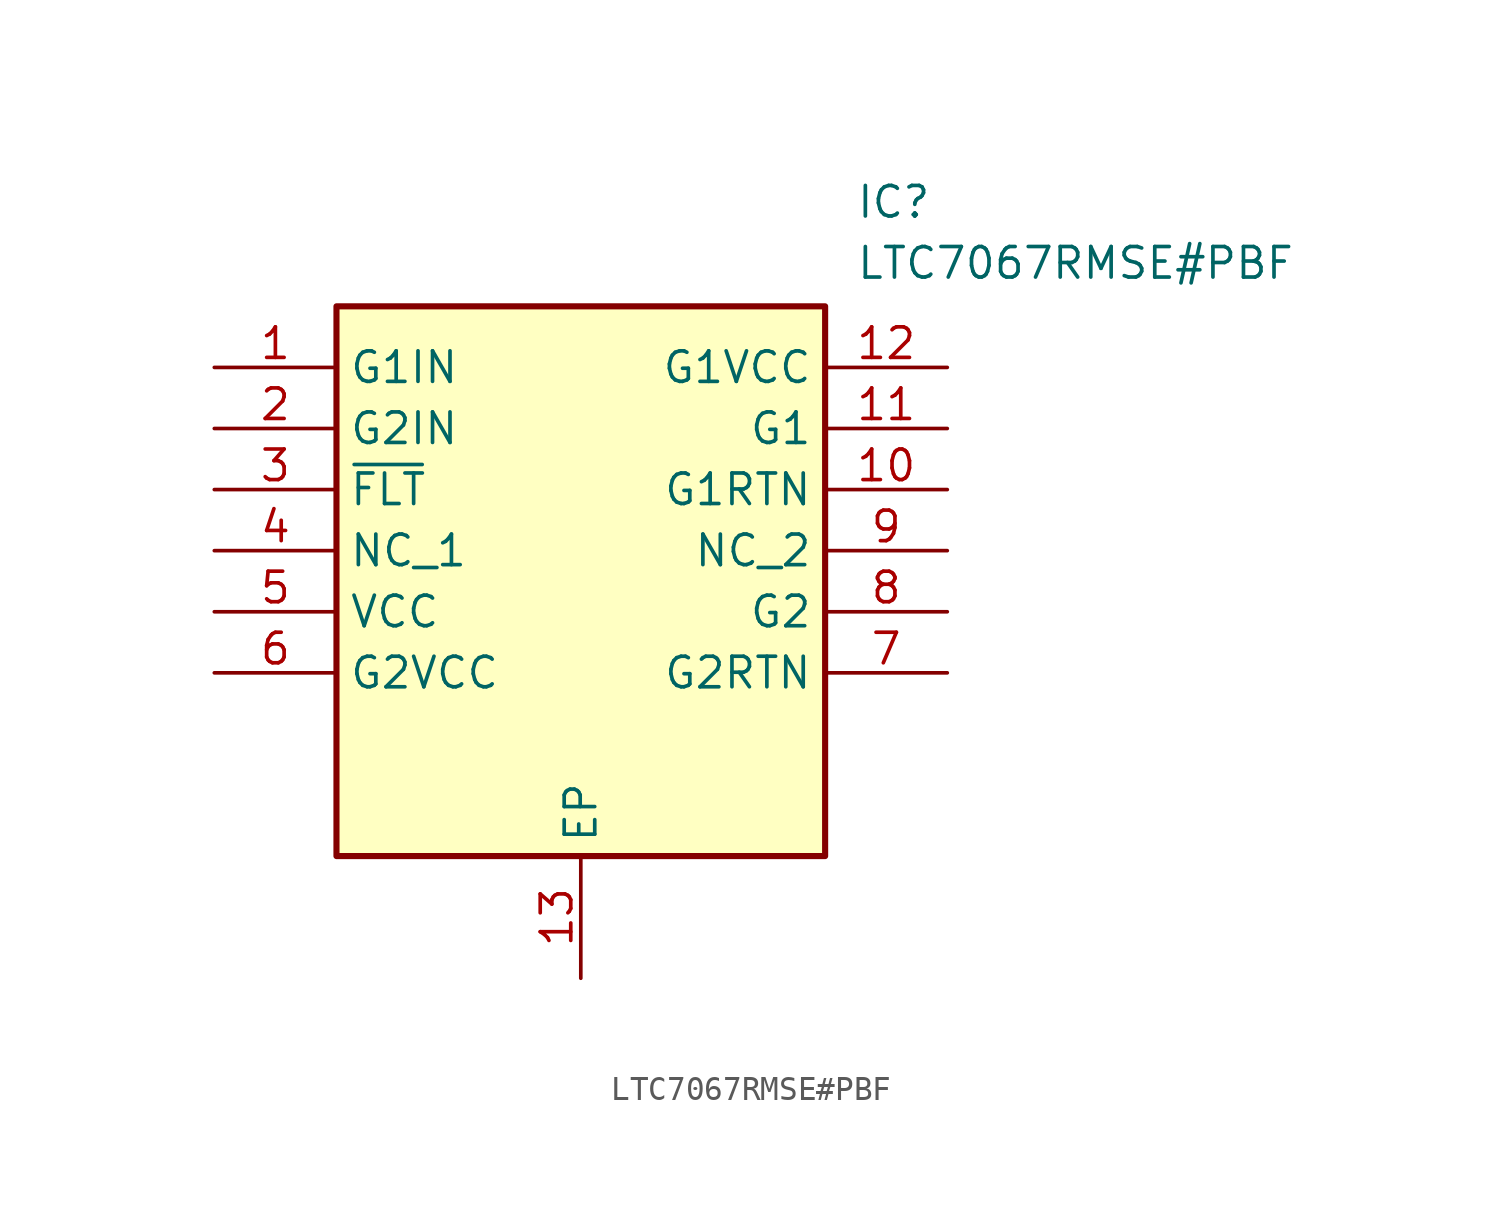
<source format=kicad_sym>
(kicad_symbol_lib
  (version 20211014)
  (generator SamacSys_ECAD_Model)
  (symbol "LTC7067RMSE#PBF"
    (property "Reference" "IC"
      (at 26.67 7.62 0)
      (effects (font (size 1.27 1.27)) (justify left top)))
    (property "Value" "LTC7067RMSE#PBF"
      (at 26.67 5.08 0)
      (effects (font (size 1.27 1.27)) (justify left top)))
    (rectangle
      (start 5.08 2.54)
      (end 25.4 -20.32)
      (stroke (width 0.254) (type default))
      (fill (type background)))
    (pin passive line
      (at 0 0 0)
      (length 5.08)
      (name "G1IN" (effects (font (size 1.27 1.27))))
      (number "1" (effects (font (size 1.27 1.27)))))
    (pin passive line
      (at 0 -2.54 0)
      (length 5.08)
      (name "G2IN" (effects (font (size 1.27 1.27))))
      (number "2" (effects (font (size 1.27 1.27)))))
    (pin passive line
      (at 0 -5.08 0)
      (length 5.08)
      (name "~{FLT}" (effects (font (size 1.27 1.27))))
      (number "3" (effects (font (size 1.27 1.27)))))
    (pin passive line
      (at 0 -7.62 0)
      (length 5.08)
      (name "NC_1" (effects (font (size 1.27 1.27))))
      (number "4" (effects (font (size 1.27 1.27)))))
    (pin passive line
      (at 0 -10.16 0)
      (length 5.08)
      (name "VCC" (effects (font (size 1.27 1.27))))
      (number "5" (effects (font (size 1.27 1.27)))))
    (pin passive line
      (at 0 -12.7 0)
      (length 5.08)
      (name "G2VCC" (effects (font (size 1.27 1.27))))
      (number "6" (effects (font (size 1.27 1.27)))))
    (pin passive line
      (at 15.24 -25.4 90)
      (length 5.08)
      (name "EP" (effects (font (size 1.27 1.27))))
      (number "13" (effects (font (size 1.27 1.27)))))
    (pin passive line
      (at 30.48 0 180)
      (length 5.08)
      (name "G1VCC" (effects (font (size 1.27 1.27))))
      (number "12" (effects (font (size 1.27 1.27)))))
    (pin passive line
      (at 30.48 -2.54 180)
      (length 5.08)
      (name "G1" (effects (font (size 1.27 1.27))))
      (number "11" (effects (font (size 1.27 1.27)))))
    (pin passive line
      (at 30.48 -5.08 180)
      (length 5.08)
      (name "G1RTN" (effects (font (size 1.27 1.27))))
      (number "10" (effects (font (size 1.27 1.27)))))
    (pin passive line
      (at 30.48 -7.62 180)
      (length 5.08)
      (name "NC_2" (effects (font (size 1.27 1.27))))
      (number "9" (effects (font (size 1.27 1.27)))))
    (pin passive line
      (at 30.48 -10.16 180)
      (length 5.08)
      (name "G2" (effects (font (size 1.27 1.27))))
      (number "8" (effects (font (size 1.27 1.27)))))
    (pin passive line
      (at 30.48 -12.7 180)
      (length 5.08)
      (name "G2RTN" (effects (font (size 1.27 1.27))))
      (number "7" (effects (font (size 1.27 1.27)))))))
</source>
